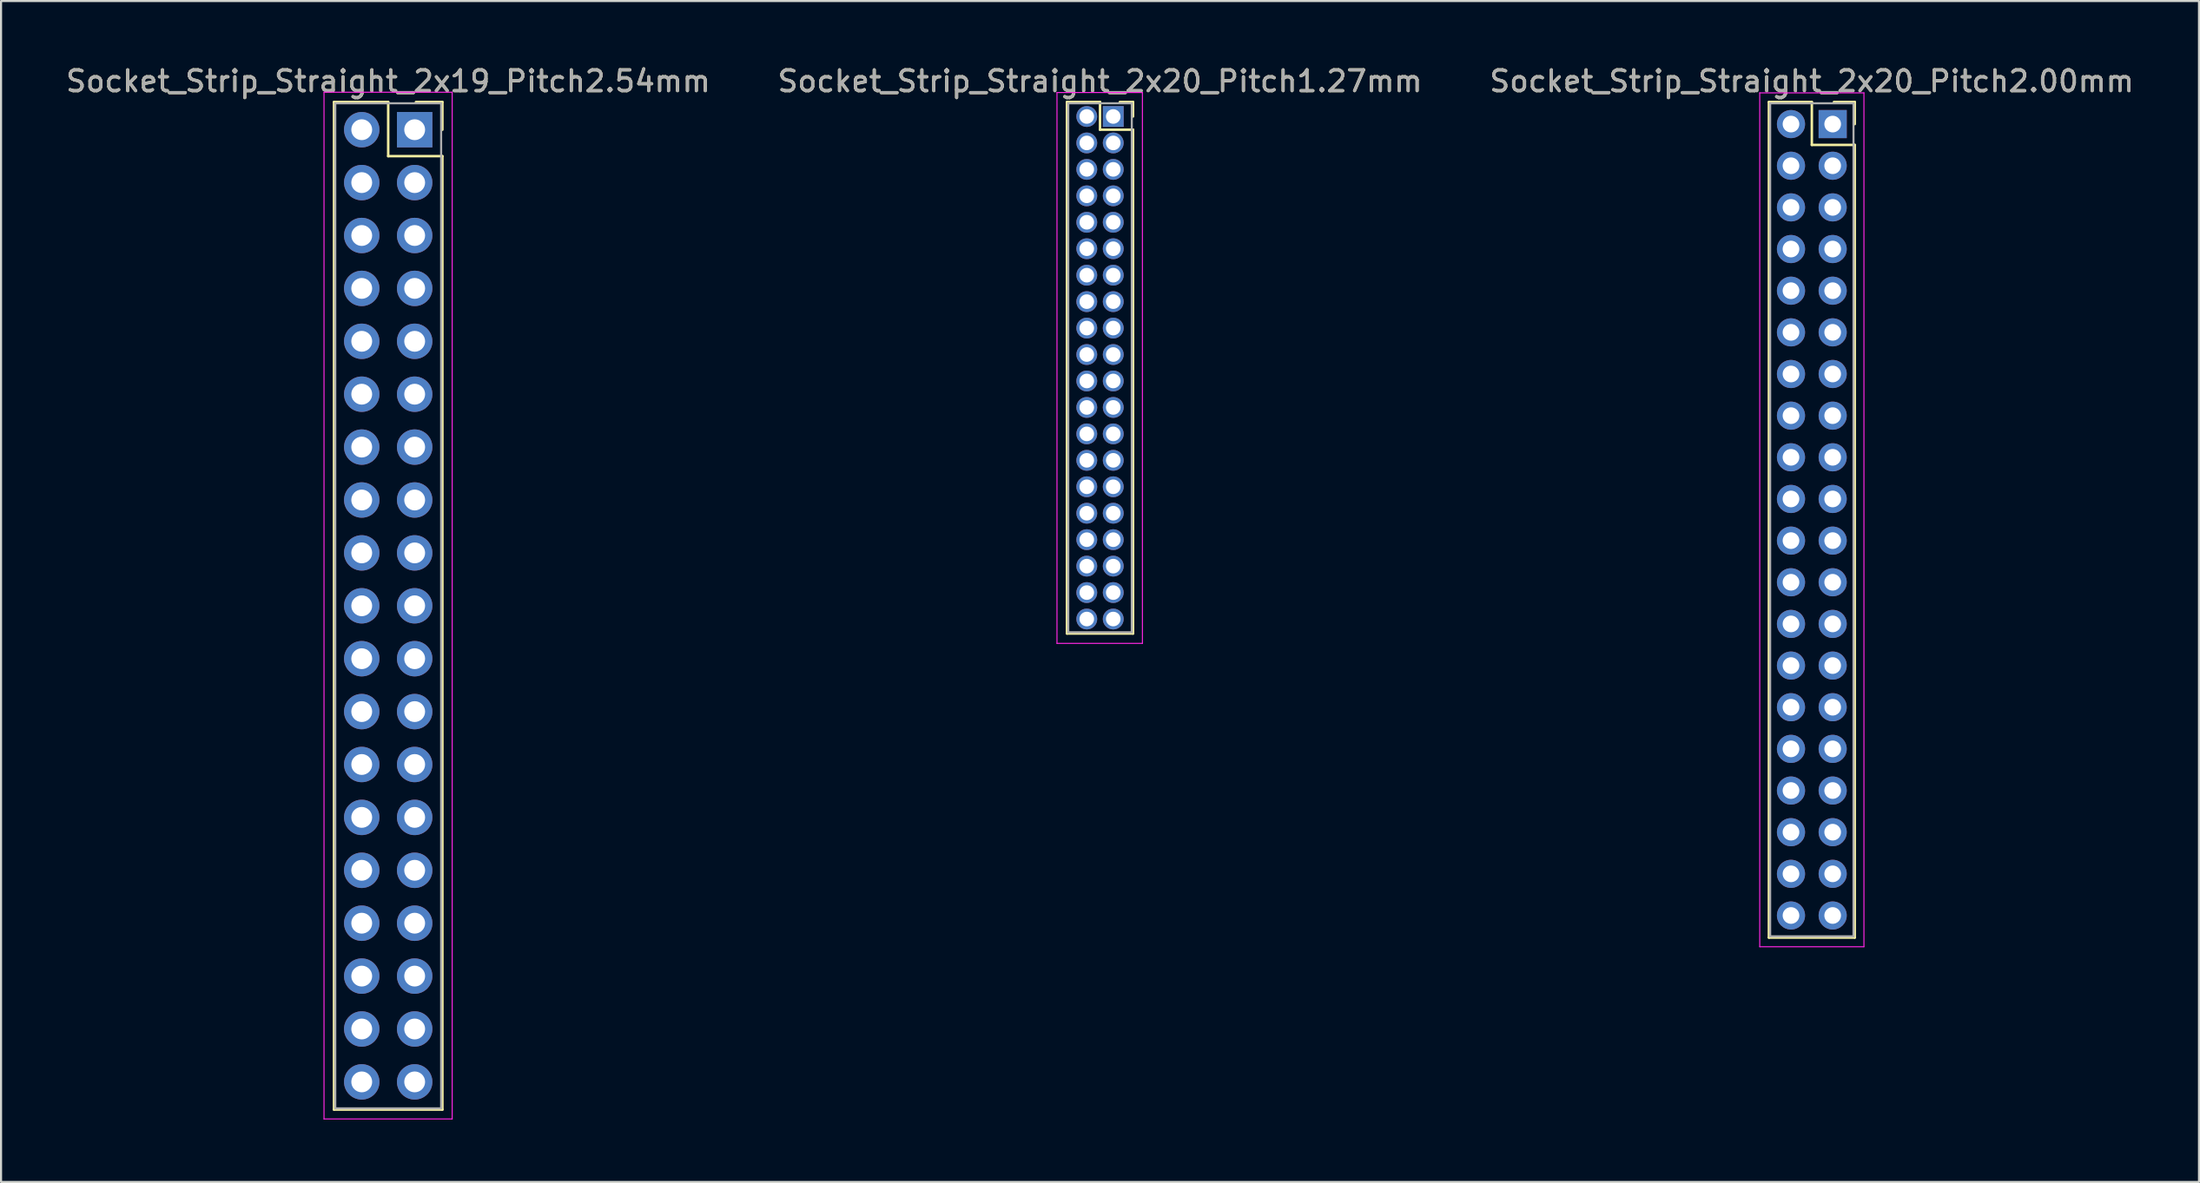
<source format=kicad_pcb>
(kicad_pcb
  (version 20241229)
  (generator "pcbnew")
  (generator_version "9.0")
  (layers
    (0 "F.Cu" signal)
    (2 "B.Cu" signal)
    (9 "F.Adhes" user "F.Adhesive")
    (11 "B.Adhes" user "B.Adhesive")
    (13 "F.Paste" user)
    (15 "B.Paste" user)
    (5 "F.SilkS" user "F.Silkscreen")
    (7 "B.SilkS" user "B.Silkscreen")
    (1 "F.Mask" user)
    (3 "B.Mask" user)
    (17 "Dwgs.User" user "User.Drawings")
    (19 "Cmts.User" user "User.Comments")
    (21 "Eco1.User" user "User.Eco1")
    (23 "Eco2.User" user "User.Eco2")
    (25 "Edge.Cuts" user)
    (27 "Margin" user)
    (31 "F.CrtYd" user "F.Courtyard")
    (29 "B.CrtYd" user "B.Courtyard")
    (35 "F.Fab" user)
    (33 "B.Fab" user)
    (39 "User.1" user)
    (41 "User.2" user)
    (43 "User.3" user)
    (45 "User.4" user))
  (footprint "Socket_Strip_Straight_2x19_Pitch2.54mm"
    (layer "F.Cu")
    (at 16.847 3.178)
    (property "Reference" "Socket_Strip_Straight_2x19_Pitch2.54mm" (at -1.27 -2.33 0) (layer "F.SilkS") (effects (font (size 1 1) (thickness 0.15))))
    (attr through_hole)
    (fp_line (start -3.87 -1.33) (end -1.27 -1.33) (stroke (width 0.12) (type solid)) (layer "F.SilkS"))
    (fp_line (start -3.87 47.05) (end -3.87 -1.33) (stroke (width 0.12) (type solid)) (layer "F.SilkS"))
    (fp_line (start -1.27 -1.33) (end -1.27 1.27) (stroke (width 0.12) (type solid)) (layer "F.SilkS"))
    (fp_line (start -1.27 1.27) (end 1.33 1.27) (stroke (width 0.12) (type solid)) (layer "F.SilkS"))
    (fp_line (start 1.33 -1.33) (end 0.06 -1.33) (stroke (width 0.12) (type solid)) (layer "F.SilkS"))
    (fp_line (start 1.33 0) (end 1.33 -1.33) (stroke (width 0.12) (type solid)) (layer "F.SilkS"))
    (fp_line (start 1.33 1.27) (end 1.33 47.05) (stroke (width 0.12) (type solid)) (layer "F.SilkS"))
    (fp_line (start 1.33 47.05) (end -3.87 47.05) (stroke (width 0.12) (type solid)) (layer "F.SilkS"))
    (fp_line (start -4.35 -1.8) (end -4.35 47.5) (stroke (width 0.05) (type solid)) (layer "F.CrtYd"))
    (fp_line (start -4.35 47.5) (end 1.8 47.5) (stroke (width 0.05) (type solid)) (layer "F.CrtYd"))
    (fp_line (start 1.8 -1.8) (end -4.35 -1.8) (stroke (width 0.05) (type solid)) (layer "F.CrtYd"))
    (fp_line (start 1.8 47.5) (end 1.8 -1.8) (stroke (width 0.05) (type solid)) (layer "F.CrtYd"))
    (fp_line (start -3.81 -1.27) (end -3.81 46.99) (stroke (width 0.1) (type solid)) (layer "F.Fab"))
    (fp_line (start -3.81 46.99) (end 1.27 46.99) (stroke (width 0.1) (type solid)) (layer "F.Fab"))
    (fp_line (start 1.27 -1.27) (end -3.81 -1.27) (stroke (width 0.1) (type solid)) (layer "F.Fab"))
    (fp_line (start 1.27 46.99) (end 1.27 -1.27) (stroke (width 0.1) (type solid)) (layer "F.Fab"))
    (fp_text user "${REFERENCE}" (at -1.27 -2.33 0) (layer "F.Fab") (effects (font (size 1 1) (thickness 0.15))))
    (pad "1" thru_hole rect (at 0 0) (size 1.7 1.7) (drill 1) (layers "*.Cu" "*.Mask"))
    (pad "2" thru_hole oval (at -2.54 0) (size 1.7 1.7) (drill 1) (layers "*.Cu" "*.Mask"))
    (pad "3" thru_hole oval (at 0 2.54) (size 1.7 1.7) (drill 1) (layers "*.Cu" "*.Mask"))
    (pad "4" thru_hole oval (at -2.54 2.54) (size 1.7 1.7) (drill 1) (layers "*.Cu" "*.Mask"))
    (pad "5" thru_hole oval (at 0 5.08) (size 1.7 1.7) (drill 1) (layers "*.Cu" "*.Mask"))
    (pad "6" thru_hole oval (at -2.54 5.08) (size 1.7 1.7) (drill 1) (layers "*.Cu" "*.Mask"))
    (pad "7" thru_hole oval (at 0 7.62) (size 1.7 1.7) (drill 1) (layers "*.Cu" "*.Mask"))
    (pad "8" thru_hole oval (at -2.54 7.62) (size 1.7 1.7) (drill 1) (layers "*.Cu" "*.Mask"))
    (pad "9" thru_hole oval (at 0 10.16) (size 1.7 1.7) (drill 1) (layers "*.Cu" "*.Mask"))
    (pad "10" thru_hole oval (at -2.54 10.16) (size 1.7 1.7) (drill 1) (layers "*.Cu" "*.Mask"))
    (pad "11" thru_hole oval (at 0 12.7) (size 1.7 1.7) (drill 1) (layers "*.Cu" "*.Mask"))
    (pad "12" thru_hole oval (at -2.54 12.7) (size 1.7 1.7) (drill 1) (layers "*.Cu" "*.Mask"))
    (pad "13" thru_hole oval (at 0 15.24) (size 1.7 1.7) (drill 1) (layers "*.Cu" "*.Mask"))
    (pad "14" thru_hole oval (at -2.54 15.24) (size 1.7 1.7) (drill 1) (layers "*.Cu" "*.Mask"))
    (pad "15" thru_hole oval (at 0 17.78) (size 1.7 1.7) (drill 1) (layers "*.Cu" "*.Mask"))
    (pad "16" thru_hole oval (at -2.54 17.78) (size 1.7 1.7) (drill 1) (layers "*.Cu" "*.Mask"))
    (pad "17" thru_hole oval (at 0 20.32) (size 1.7 1.7) (drill 1) (layers "*.Cu" "*.Mask"))
    (pad "18" thru_hole oval (at -2.54 20.32) (size 1.7 1.7) (drill 1) (layers "*.Cu" "*.Mask"))
    (pad "19" thru_hole oval (at 0 22.86) (size 1.7 1.7) (drill 1) (layers "*.Cu" "*.Mask"))
    (pad "20" thru_hole oval (at -2.54 22.86) (size 1.7 1.7) (drill 1) (layers "*.Cu" "*.Mask"))
    (pad "21" thru_hole oval (at 0 25.4) (size 1.7 1.7) (drill 1) (layers "*.Cu" "*.Mask"))
    (pad "22" thru_hole oval (at -2.54 25.4) (size 1.7 1.7) (drill 1) (layers "*.Cu" "*.Mask"))
    (pad "23" thru_hole oval (at 0 27.94) (size 1.7 1.7) (drill 1) (layers "*.Cu" "*.Mask"))
    (pad "24" thru_hole oval (at -2.54 27.94) (size 1.7 1.7) (drill 1) (layers "*.Cu" "*.Mask"))
    (pad "25" thru_hole oval (at 0 30.48) (size 1.7 1.7) (drill 1) (layers "*.Cu" "*.Mask"))
    (pad "26" thru_hole oval (at -2.54 30.48) (size 1.7 1.7) (drill 1) (layers "*.Cu" "*.Mask"))
    (pad "27" thru_hole oval (at 0 33.02) (size 1.7 1.7) (drill 1) (layers "*.Cu" "*.Mask"))
    (pad "28" thru_hole oval (at -2.54 33.02) (size 1.7 1.7) (drill 1) (layers "*.Cu" "*.Mask"))
    (pad "29" thru_hole oval (at 0 35.56) (size 1.7 1.7) (drill 1) (layers "*.Cu" "*.Mask"))
    (pad "30" thru_hole oval (at -2.54 35.56) (size 1.7 1.7) (drill 1) (layers "*.Cu" "*.Mask"))
    (pad "31" thru_hole oval (at 0 38.1) (size 1.7 1.7) (drill 1) (layers "*.Cu" "*.Mask"))
    (pad "32" thru_hole oval (at -2.54 38.1) (size 1.7 1.7) (drill 1) (layers "*.Cu" "*.Mask"))
    (pad "33" thru_hole oval (at 0 40.64) (size 1.7 1.7) (drill 1) (layers "*.Cu" "*.Mask"))
    (pad "34" thru_hole oval (at -2.54 40.64) (size 1.7 1.7) (drill 1) (layers "*.Cu" "*.Mask"))
    (pad "35" thru_hole oval (at 0 43.18) (size 1.7 1.7) (drill 1) (layers "*.Cu" "*.Mask"))
    (pad "36" thru_hole oval (at -2.54 43.18) (size 1.7 1.7) (drill 1) (layers "*.Cu" "*.Mask"))
    (pad "37" thru_hole oval (at 0 45.72) (size 1.7 1.7) (drill 1) (layers "*.Cu" "*.Mask"))
    (pad "38" thru_hole oval (at -2.54 45.72) (size 1.7 1.7) (drill 1) (layers "*.Cu" "*.Mask")))
  (footprint "Socket_Strip_Straight_2x20_Pitch1.27mm"
    (layer "F.Cu")
    (at 50.367 2.543)
    (property "Reference" "Socket_Strip_Straight_2x20_Pitch1.27mm" (at -0.635 -1.695 0) (layer "F.SilkS") (effects (font (size 1 1) (thickness 0.15))))
    (attr through_hole)
    (fp_line (start -2.22 -0.695) (end -0.635 -0.695) (stroke (width 0.12) (type solid)) (layer "F.SilkS"))
    (fp_line (start -2.22 24.825) (end -2.22 -0.695) (stroke (width 0.12) (type solid)) (layer "F.SilkS"))
    (fp_line (start -0.635 -0.695) (end -0.635 0.635) (stroke (width 0.12) (type solid)) (layer "F.SilkS"))
    (fp_line (start -0.635 0.635) (end 0.95 0.635) (stroke (width 0.12) (type solid)) (layer "F.SilkS"))
    (fp_line (start 0.95 -0.695) (end 0.315 -0.695) (stroke (width 0.12) (type solid)) (layer "F.SilkS"))
    (fp_line (start 0.95 0) (end 0.95 -0.695) (stroke (width 0.12) (type solid)) (layer "F.SilkS"))
    (fp_line (start 0.95 0.635) (end 0.95 24.825) (stroke (width 0.12) (type solid)) (layer "F.SilkS"))
    (fp_line (start 0.95 24.825) (end -2.22 24.825) (stroke (width 0.12) (type solid)) (layer "F.SilkS"))
    (fp_line (start -2.7 -1.15) (end -2.7 25.3) (stroke (width 0.05) (type solid)) (layer "F.CrtYd"))
    (fp_line (start -2.7 25.3) (end 1.4 25.3) (stroke (width 0.05) (type solid)) (layer "F.CrtYd"))
    (fp_line (start 1.4 -1.15) (end -2.7 -1.15) (stroke (width 0.05) (type solid)) (layer "F.CrtYd"))
    (fp_line (start 1.4 25.3) (end 1.4 -1.15) (stroke (width 0.05) (type solid)) (layer "F.CrtYd"))
    (fp_line (start -2.16 -0.635) (end -2.16 24.765) (stroke (width 0.1) (type solid)) (layer "F.Fab"))
    (fp_line (start -2.16 24.765) (end 0.89 24.765) (stroke (width 0.1) (type solid)) (layer "F.Fab"))
    (fp_line (start 0.89 -0.635) (end -2.16 -0.635) (stroke (width 0.1) (type solid)) (layer "F.Fab"))
    (fp_line (start 0.89 24.765) (end 0.89 -0.635) (stroke (width 0.1) (type solid)) (layer "F.Fab"))
    (fp_text user "${REFERENCE}" (at -0.635 -1.695 0) (layer "F.Fab") (effects (font (size 1 1) (thickness 0.15))))
    (pad "1" thru_hole rect (at 0 0) (size 1 1) (drill 0.7) (layers "*.Cu" "*.Mask"))
    (pad "2" thru_hole oval (at -1.27 0) (size 1 1) (drill 0.7) (layers "*.Cu" "*.Mask"))
    (pad "3" thru_hole oval (at 0 1.27) (size 1 1) (drill 0.7) (layers "*.Cu" "*.Mask"))
    (pad "4" thru_hole oval (at -1.27 1.27) (size 1 1) (drill 0.7) (layers "*.Cu" "*.Mask"))
    (pad "5" thru_hole oval (at 0 2.54) (size 1 1) (drill 0.7) (layers "*.Cu" "*.Mask"))
    (pad "6" thru_hole oval (at -1.27 2.54) (size 1 1) (drill 0.7) (layers "*.Cu" "*.Mask"))
    (pad "7" thru_hole oval (at 0 3.81) (size 1 1) (drill 0.7) (layers "*.Cu" "*.Mask"))
    (pad "8" thru_hole oval (at -1.27 3.81) (size 1 1) (drill 0.7) (layers "*.Cu" "*.Mask"))
    (pad "9" thru_hole oval (at 0 5.08) (size 1 1) (drill 0.7) (layers "*.Cu" "*.Mask"))
    (pad "10" thru_hole oval (at -1.27 5.08) (size 1 1) (drill 0.7) (layers "*.Cu" "*.Mask"))
    (pad "11" thru_hole oval (at 0 6.35) (size 1 1) (drill 0.7) (layers "*.Cu" "*.Mask"))
    (pad "12" thru_hole oval (at -1.27 6.35) (size 1 1) (drill 0.7) (layers "*.Cu" "*.Mask"))
    (pad "13" thru_hole oval (at 0 7.62) (size 1 1) (drill 0.7) (layers "*.Cu" "*.Mask"))
    (pad "14" thru_hole oval (at -1.27 7.62) (size 1 1) (drill 0.7) (layers "*.Cu" "*.Mask"))
    (pad "15" thru_hole oval (at 0 8.89) (size 1 1) (drill 0.7) (layers "*.Cu" "*.Mask"))
    (pad "16" thru_hole oval (at -1.27 8.89) (size 1 1) (drill 0.7) (layers "*.Cu" "*.Mask"))
    (pad "17" thru_hole oval (at 0 10.16) (size 1 1) (drill 0.7) (layers "*.Cu" "*.Mask"))
    (pad "18" thru_hole oval (at -1.27 10.16) (size 1 1) (drill 0.7) (layers "*.Cu" "*.Mask"))
    (pad "19" thru_hole oval (at 0 11.43) (size 1 1) (drill 0.7) (layers "*.Cu" "*.Mask"))
    (pad "20" thru_hole oval (at -1.27 11.43) (size 1 1) (drill 0.7) (layers "*.Cu" "*.Mask"))
    (pad "21" thru_hole oval (at 0 12.7) (size 1 1) (drill 0.7) (layers "*.Cu" "*.Mask"))
    (pad "22" thru_hole oval (at -1.27 12.7) (size 1 1) (drill 0.7) (layers "*.Cu" "*.Mask"))
    (pad "23" thru_hole oval (at 0 13.97) (size 1 1) (drill 0.7) (layers "*.Cu" "*.Mask"))
    (pad "24" thru_hole oval (at -1.27 13.97) (size 1 1) (drill 0.7) (layers "*.Cu" "*.Mask"))
    (pad "25" thru_hole oval (at 0 15.24) (size 1 1) (drill 0.7) (layers "*.Cu" "*.Mask"))
    (pad "26" thru_hole oval (at -1.27 15.24) (size 1 1) (drill 0.7) (layers "*.Cu" "*.Mask"))
    (pad "27" thru_hole oval (at 0 16.51) (size 1 1) (drill 0.7) (layers "*.Cu" "*.Mask"))
    (pad "28" thru_hole oval (at -1.27 16.51) (size 1 1) (drill 0.7) (layers "*.Cu" "*.Mask"))
    (pad "29" thru_hole oval (at 0 17.78) (size 1 1) (drill 0.7) (layers "*.Cu" "*.Mask"))
    (pad "30" thru_hole oval (at -1.27 17.78) (size 1 1) (drill 0.7) (layers "*.Cu" "*.Mask"))
    (pad "31" thru_hole oval (at 0 19.05) (size 1 1) (drill 0.7) (layers "*.Cu" "*.Mask"))
    (pad "32" thru_hole oval (at -1.27 19.05) (size 1 1) (drill 0.7) (layers "*.Cu" "*.Mask"))
    (pad "33" thru_hole oval (at 0 20.32) (size 1 1) (drill 0.7) (layers "*.Cu" "*.Mask"))
    (pad "34" thru_hole oval (at -1.27 20.32) (size 1 1) (drill 0.7) (layers "*.Cu" "*.Mask"))
    (pad "35" thru_hole oval (at 0 21.59) (size 1 1) (drill 0.7) (layers "*.Cu" "*.Mask"))
    (pad "36" thru_hole oval (at -1.27 21.59) (size 1 1) (drill 0.7) (layers "*.Cu" "*.Mask"))
    (pad "37" thru_hole oval (at 0 22.86) (size 1 1) (drill 0.7) (layers "*.Cu" "*.Mask"))
    (pad "38" thru_hole oval (at -1.27 22.86) (size 1 1) (drill 0.7) (layers "*.Cu" "*.Mask"))
    (pad "39" thru_hole oval (at 0 24.13) (size 1 1) (drill 0.7) (layers "*.Cu" "*.Mask"))
    (pad "40" thru_hole oval (at -1.27 24.13) (size 1 1) (drill 0.7) (layers "*.Cu" "*.Mask")))
  (footprint "Socket_Strip_Straight_2x20_Pitch2.00mm"
    (layer "F.Cu")
    (at 84.887 2.908)
    (property "Reference" "Socket_Strip_Straight_2x20_Pitch2.00mm" (at -1 -2.06 0) (layer "F.SilkS") (effects (font (size 1 1) (thickness 0.15))))
    (attr through_hole)
    (fp_line (start -3.06 -1.06) (end -1 -1.06) (stroke (width 0.12) (type solid)) (layer "F.SilkS"))
    (fp_line (start -3.06 39.06) (end -3.06 -1.06) (stroke (width 0.12) (type solid)) (layer "F.SilkS"))
    (fp_line (start -1 -1.06) (end -1 1) (stroke (width 0.12) (type solid)) (layer "F.SilkS"))
    (fp_line (start -1 1) (end 1.06 1) (stroke (width 0.12) (type solid)) (layer "F.SilkS"))
    (fp_line (start 1.06 -1.06) (end 0.06 -1.06) (stroke (width 0.12) (type solid)) (layer "F.SilkS"))
    (fp_line (start 1.06 0) (end 1.06 -1.06) (stroke (width 0.12) (type solid)) (layer "F.SilkS"))
    (fp_line (start 1.06 1) (end 1.06 39.06) (stroke (width 0.12) (type solid)) (layer "F.SilkS"))
    (fp_line (start 1.06 39.06) (end -3.06 39.06) (stroke (width 0.12) (type solid)) (layer "F.SilkS"))
    (fp_line (start -3.5 -1.5) (end -3.5 39.5) (stroke (width 0.05) (type solid)) (layer "F.CrtYd"))
    (fp_line (start -3.5 39.5) (end 1.5 39.5) (stroke (width 0.05) (type solid)) (layer "F.CrtYd"))
    (fp_line (start 1.5 -1.5) (end -3.5 -1.5) (stroke (width 0.05) (type solid)) (layer "F.CrtYd"))
    (fp_line (start 1.5 39.5) (end 1.5 -1.5) (stroke (width 0.05) (type solid)) (layer "F.CrtYd"))
    (fp_line (start -3 -1) (end -3 39) (stroke (width 0.1) (type solid)) (layer "F.Fab"))
    (fp_line (start -3 39) (end 1 39) (stroke (width 0.1) (type solid)) (layer "F.Fab"))
    (fp_line (start 1 -1) (end -3 -1) (stroke (width 0.1) (type solid)) (layer "F.Fab"))
    (fp_line (start 1 39) (end 1 -1) (stroke (width 0.1) (type solid)) (layer "F.Fab"))
    (fp_text user "${REFERENCE}" (at -1 -2.06 0) (layer "F.Fab") (effects (font (size 1 1) (thickness 0.15))))
    (pad "1" thru_hole rect (at 0 0) (size 1.35 1.35) (drill 0.8) (layers "*.Cu" "*.Mask"))
    (pad "2" thru_hole oval (at -2 0) (size 1.35 1.35) (drill 0.8) (layers "*.Cu" "*.Mask"))
    (pad "3" thru_hole oval (at 0 2) (size 1.35 1.35) (drill 0.8) (layers "*.Cu" "*.Mask"))
    (pad "4" thru_hole oval (at -2 2) (size 1.35 1.35) (drill 0.8) (layers "*.Cu" "*.Mask"))
    (pad "5" thru_hole oval (at 0 4) (size 1.35 1.35) (drill 0.8) (layers "*.Cu" "*.Mask"))
    (pad "6" thru_hole oval (at -2 4) (size 1.35 1.35) (drill 0.8) (layers "*.Cu" "*.Mask"))
    (pad "7" thru_hole oval (at 0 6) (size 1.35 1.35) (drill 0.8) (layers "*.Cu" "*.Mask"))
    (pad "8" thru_hole oval (at -2 6) (size 1.35 1.35) (drill 0.8) (layers "*.Cu" "*.Mask"))
    (pad "9" thru_hole oval (at 0 8) (size 1.35 1.35) (drill 0.8) (layers "*.Cu" "*.Mask"))
    (pad "10" thru_hole oval (at -2 8) (size 1.35 1.35) (drill 0.8) (layers "*.Cu" "*.Mask"))
    (pad "11" thru_hole oval (at 0 10) (size 1.35 1.35) (drill 0.8) (layers "*.Cu" "*.Mask"))
    (pad "12" thru_hole oval (at -2 10) (size 1.35 1.35) (drill 0.8) (layers "*.Cu" "*.Mask"))
    (pad "13" thru_hole oval (at 0 12) (size 1.35 1.35) (drill 0.8) (layers "*.Cu" "*.Mask"))
    (pad "14" thru_hole oval (at -2 12) (size 1.35 1.35) (drill 0.8) (layers "*.Cu" "*.Mask"))
    (pad "15" thru_hole oval (at 0 14) (size 1.35 1.35) (drill 0.8) (layers "*.Cu" "*.Mask"))
    (pad "16" thru_hole oval (at -2 14) (size 1.35 1.35) (drill 0.8) (layers "*.Cu" "*.Mask"))
    (pad "17" thru_hole oval (at 0 16) (size 1.35 1.35) (drill 0.8) (layers "*.Cu" "*.Mask"))
    (pad "18" thru_hole oval (at -2 16) (size 1.35 1.35) (drill 0.8) (layers "*.Cu" "*.Mask"))
    (pad "19" thru_hole oval (at 0 18) (size 1.35 1.35) (drill 0.8) (layers "*.Cu" "*.Mask"))
    (pad "20" thru_hole oval (at -2 18) (size 1.35 1.35) (drill 0.8) (layers "*.Cu" "*.Mask"))
    (pad "21" thru_hole oval (at 0 20) (size 1.35 1.35) (drill 0.8) (layers "*.Cu" "*.Mask"))
    (pad "22" thru_hole oval (at -2 20) (size 1.35 1.35) (drill 0.8) (layers "*.Cu" "*.Mask"))
    (pad "23" thru_hole oval (at 0 22) (size 1.35 1.35) (drill 0.8) (layers "*.Cu" "*.Mask"))
    (pad "24" thru_hole oval (at -2 22) (size 1.35 1.35) (drill 0.8) (layers "*.Cu" "*.Mask"))
    (pad "25" thru_hole oval (at 0 24) (size 1.35 1.35) (drill 0.8) (layers "*.Cu" "*.Mask"))
    (pad "26" thru_hole oval (at -2 24) (size 1.35 1.35) (drill 0.8) (layers "*.Cu" "*.Mask"))
    (pad "27" thru_hole oval (at 0 26) (size 1.35 1.35) (drill 0.8) (layers "*.Cu" "*.Mask"))
    (pad "28" thru_hole oval (at -2 26) (size 1.35 1.35) (drill 0.8) (layers "*.Cu" "*.Mask"))
    (pad "29" thru_hole oval (at 0 28) (size 1.35 1.35) (drill 0.8) (layers "*.Cu" "*.Mask"))
    (pad "30" thru_hole oval (at -2 28) (size 1.35 1.35) (drill 0.8) (layers "*.Cu" "*.Mask"))
    (pad "31" thru_hole oval (at 0 30) (size 1.35 1.35) (drill 0.8) (layers "*.Cu" "*.Mask"))
    (pad "32" thru_hole oval (at -2 30) (size 1.35 1.35) (drill 0.8) (layers "*.Cu" "*.Mask"))
    (pad "33" thru_hole oval (at 0 32) (size 1.35 1.35) (drill 0.8) (layers "*.Cu" "*.Mask"))
    (pad "34" thru_hole oval (at -2 32) (size 1.35 1.35) (drill 0.8) (layers "*.Cu" "*.Mask"))
    (pad "35" thru_hole oval (at 0 34) (size 1.35 1.35) (drill 0.8) (layers "*.Cu" "*.Mask"))
    (pad "36" thru_hole oval (at -2 34) (size 1.35 1.35) (drill 0.8) (layers "*.Cu" "*.Mask"))
    (pad "37" thru_hole oval (at 0 36) (size 1.35 1.35) (drill 0.8) (layers "*.Cu" "*.Mask"))
    (pad "38" thru_hole oval (at -2 36) (size 1.35 1.35) (drill 0.8) (layers "*.Cu" "*.Mask"))
    (pad "39" thru_hole oval (at 0 38) (size 1.35 1.35) (drill 0.8) (layers "*.Cu" "*.Mask"))
    (pad "40" thru_hole oval (at -2 38) (size 1.35 1.35) (drill 0.8) (layers "*.Cu" "*.Mask")))
  (gr_rect
    (start -3 -3)
    (end 102.464 53.703)
    (stroke (width 0.1) (type default))
    (fill no)
    (layer "Edge.Cuts")))
</source>
